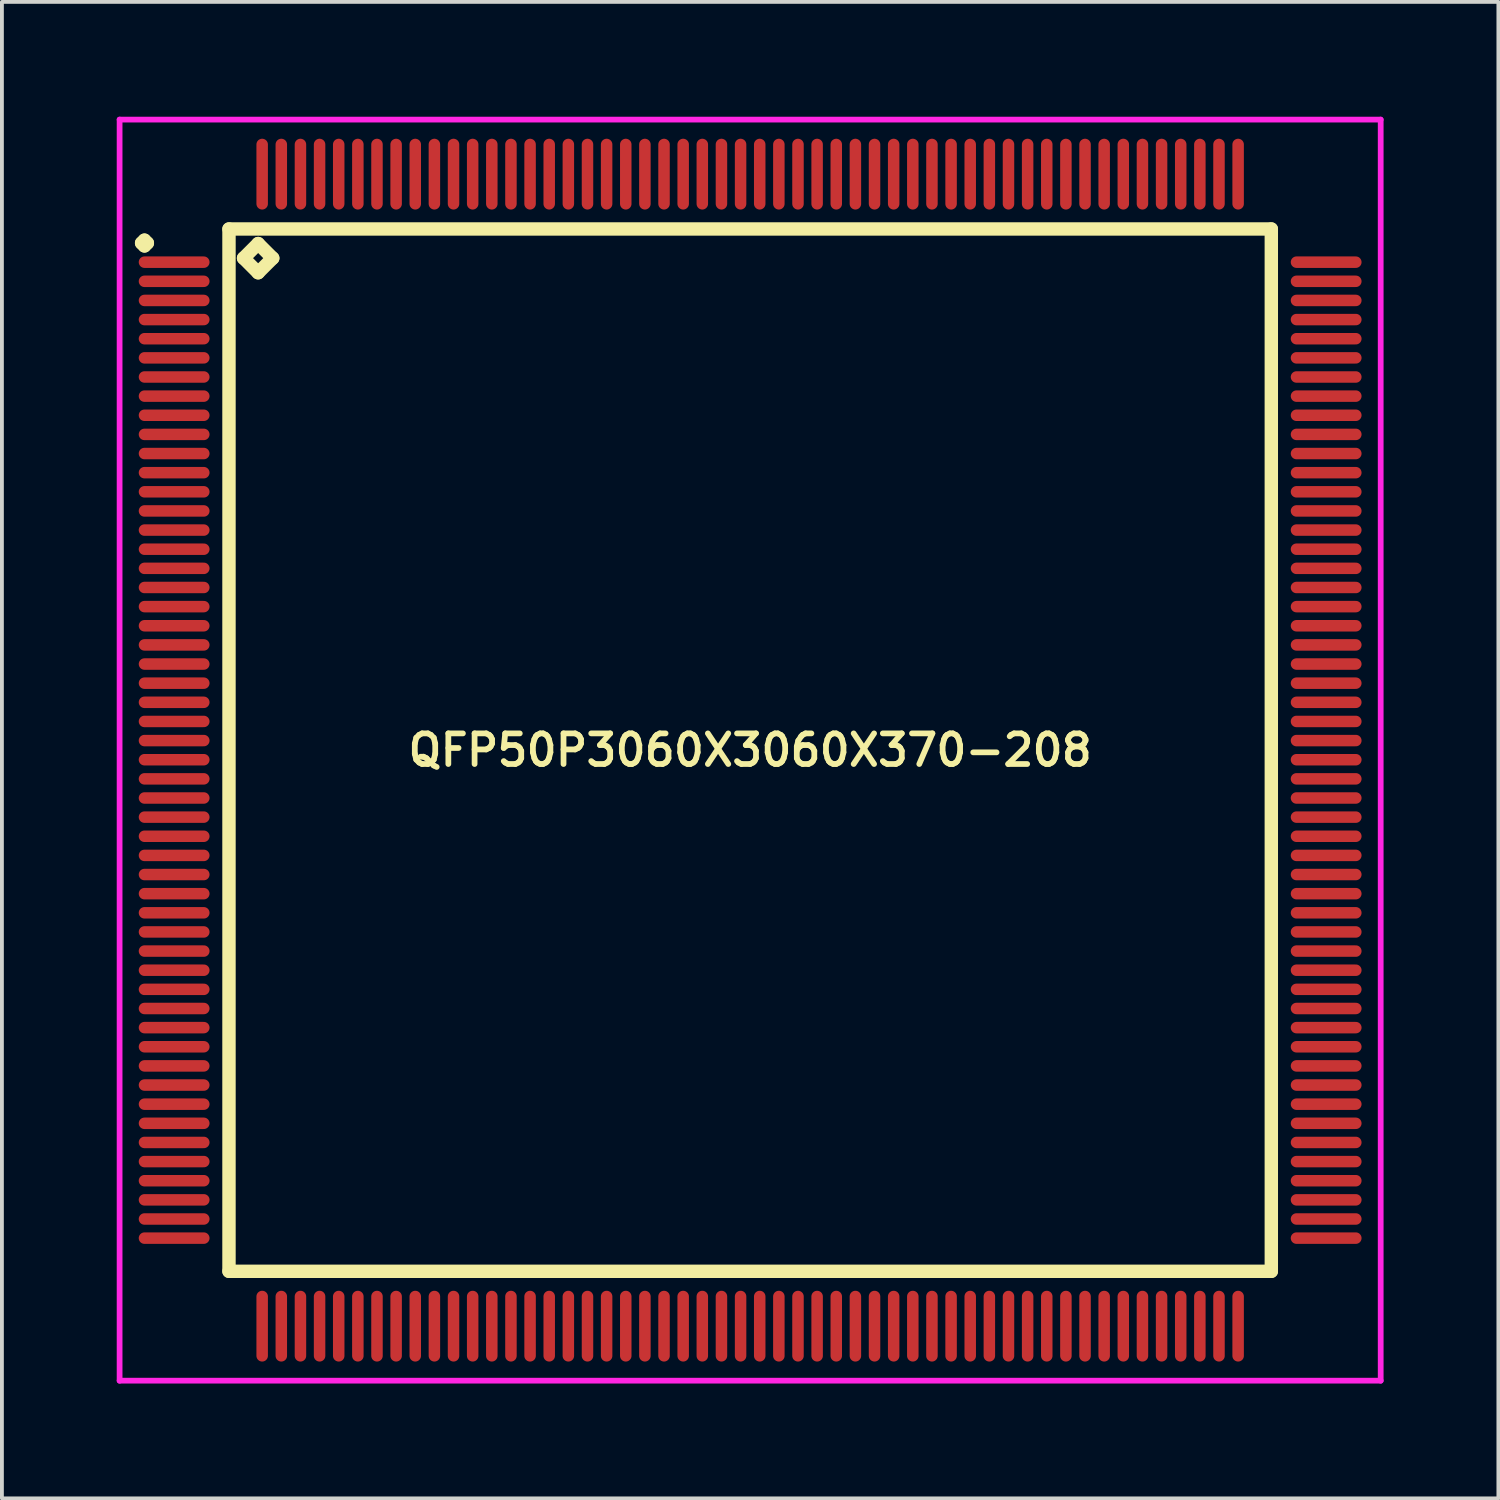
<source format=kicad_pcb>
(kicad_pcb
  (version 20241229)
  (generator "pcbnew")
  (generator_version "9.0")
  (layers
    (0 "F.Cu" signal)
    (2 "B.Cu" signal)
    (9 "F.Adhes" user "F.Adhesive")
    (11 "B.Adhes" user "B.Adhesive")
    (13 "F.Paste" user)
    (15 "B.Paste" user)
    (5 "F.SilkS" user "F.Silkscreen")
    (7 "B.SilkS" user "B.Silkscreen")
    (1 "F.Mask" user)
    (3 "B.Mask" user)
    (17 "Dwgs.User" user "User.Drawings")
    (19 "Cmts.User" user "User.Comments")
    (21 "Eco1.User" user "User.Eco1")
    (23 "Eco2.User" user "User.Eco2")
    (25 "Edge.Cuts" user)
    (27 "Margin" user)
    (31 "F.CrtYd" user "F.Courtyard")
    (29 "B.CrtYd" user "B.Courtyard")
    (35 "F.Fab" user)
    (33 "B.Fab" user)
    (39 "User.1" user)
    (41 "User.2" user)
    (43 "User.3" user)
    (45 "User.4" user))
  (footprint "QFP50P3060X3060X370-208"
    (layer "F.Cu")
    (at 16.55 16.55)
    (property "Reference" "QFP50P3060X3060X370-208" (at 0 0 0) (layer "F.SilkS") (effects (font (size 0.8 0.8) (thickness 0.15))))
    (attr smd)
    (fp_line (start -15.9 -13.25) (end -15.825 -13.325) (stroke (width 0.35) (type solid)) (layer "F.SilkS"))
    (fp_line (start -15.825 -13.325) (end -15.75 -13.25) (stroke (width 0.35) (type solid)) (layer "F.SilkS"))
    (fp_line (start -15.825 -13.175) (end -15.9 -13.25) (stroke (width 0.35) (type solid)) (layer "F.SilkS"))
    (fp_line (start -15.75 -13.25) (end -15.825 -13.175) (stroke (width 0.35) (type solid)) (layer "F.SilkS"))
    (fp_line (start -13.617 -13.617) (end -13.617 13.617) (stroke (width 0.35) (type solid)) (layer "F.SilkS"))
    (fp_line (start -13.617 13.617) (end 13.617 13.617) (stroke (width 0.35) (type solid)) (layer "F.SilkS"))
    (fp_line (start -13.236 -12.855) (end -12.855 -13.236) (stroke (width 0.35) (type solid)) (layer "F.SilkS"))
    (fp_line (start -12.855 -13.236) (end -12.474 -12.855) (stroke (width 0.35) (type solid)) (layer "F.SilkS"))
    (fp_line (start -12.855 -12.474) (end -13.236 -12.855) (stroke (width 0.35) (type solid)) (layer "F.SilkS"))
    (fp_line (start -12.474 -12.855) (end -12.855 -12.474) (stroke (width 0.35) (type solid)) (layer "F.SilkS"))
    (fp_line (start 13.617 -13.617) (end -13.617 -13.617) (stroke (width 0.35) (type solid)) (layer "F.SilkS"))
    (fp_line (start 13.617 13.617) (end 13.617 -13.617) (stroke (width 0.35) (type solid)) (layer "F.SilkS"))
    (fp_line (start -16.475 -16.475) (end 16.475 -16.475) (stroke (width 0.15) (type solid)) (layer "F.CrtYd"))
    (fp_line (start -16.475 16.475) (end -16.475 -16.475) (stroke (width 0.15) (type solid)) (layer "F.CrtYd"))
    (fp_line (start 16.475 -16.475) (end 16.475 16.475) (stroke (width 0.15) (type solid)) (layer "F.CrtYd"))
    (fp_line (start 16.475 16.475) (end -16.475 16.475) (stroke (width 0.15) (type solid)) (layer "F.CrtYd"))
    (pad "1" smd oval (at -15.05 -12.75) (size 1.85 0.3) (layers "F.Cu" "F.Mask" "F.Paste"))
    (pad "2" smd oval (at -15.05 -12.25) (size 1.85 0.3) (layers "F.Cu" "F.Mask" "F.Paste"))
    (pad "3" smd oval (at -15.05 -11.75) (size 1.85 0.3) (layers "F.Cu" "F.Mask" "F.Paste"))
    (pad "4" smd oval (at -15.05 -11.25) (size 1.85 0.3) (layers "F.Cu" "F.Mask" "F.Paste"))
    (pad "5" smd oval (at -15.05 -10.75) (size 1.85 0.3) (layers "F.Cu" "F.Mask" "F.Paste"))
    (pad "6" smd oval (at -15.05 -10.25) (size 1.85 0.3) (layers "F.Cu" "F.Mask" "F.Paste"))
    (pad "7" smd oval (at -15.05 -9.75) (size 1.85 0.3) (layers "F.Cu" "F.Mask" "F.Paste"))
    (pad "8" smd oval (at -15.05 -9.25) (size 1.85 0.3) (layers "F.Cu" "F.Mask" "F.Paste"))
    (pad "9" smd oval (at -15.05 -8.75) (size 1.85 0.3) (layers "F.Cu" "F.Mask" "F.Paste"))
    (pad "10" smd oval (at -15.05 -8.25) (size 1.85 0.3) (layers "F.Cu" "F.Mask" "F.Paste"))
    (pad "11" smd oval (at -15.05 -7.75) (size 1.85 0.3) (layers "F.Cu" "F.Mask" "F.Paste"))
    (pad "12" smd oval (at -15.05 -7.25) (size 1.85 0.3) (layers "F.Cu" "F.Mask" "F.Paste"))
    (pad "13" smd oval (at -15.05 -6.75) (size 1.85 0.3) (layers "F.Cu" "F.Mask" "F.Paste"))
    (pad "14" smd oval (at -15.05 -6.25) (size 1.85 0.3) (layers "F.Cu" "F.Mask" "F.Paste"))
    (pad "15" smd oval (at -15.05 -5.75) (size 1.85 0.3) (layers "F.Cu" "F.Mask" "F.Paste"))
    (pad "16" smd oval (at -15.05 -5.25) (size 1.85 0.3) (layers "F.Cu" "F.Mask" "F.Paste"))
    (pad "17" smd oval (at -15.05 -4.75) (size 1.85 0.3) (layers "F.Cu" "F.Mask" "F.Paste"))
    (pad "18" smd oval (at -15.05 -4.25) (size 1.85 0.3) (layers "F.Cu" "F.Mask" "F.Paste"))
    (pad "19" smd oval (at -15.05 -3.75) (size 1.85 0.3) (layers "F.Cu" "F.Mask" "F.Paste"))
    (pad "20" smd oval (at -15.05 -3.25) (size 1.85 0.3) (layers "F.Cu" "F.Mask" "F.Paste"))
    (pad "21" smd oval (at -15.05 -2.75) (size 1.85 0.3) (layers "F.Cu" "F.Mask" "F.Paste"))
    (pad "22" smd oval (at -15.05 -2.25) (size 1.85 0.3) (layers "F.Cu" "F.Mask" "F.Paste"))
    (pad "23" smd oval (at -15.05 -1.75) (size 1.85 0.3) (layers "F.Cu" "F.Mask" "F.Paste"))
    (pad "24" smd oval (at -15.05 -1.25) (size 1.85 0.3) (layers "F.Cu" "F.Mask" "F.Paste"))
    (pad "25" smd oval (at -15.05 -0.75) (size 1.85 0.3) (layers "F.Cu" "F.Mask" "F.Paste"))
    (pad "26" smd oval (at -15.05 -0.25) (size 1.85 0.3) (layers "F.Cu" "F.Mask" "F.Paste"))
    (pad "27" smd oval (at -15.05 0.25) (size 1.85 0.3) (layers "F.Cu" "F.Mask" "F.Paste"))
    (pad "28" smd oval (at -15.05 0.75) (size 1.85 0.3) (layers "F.Cu" "F.Mask" "F.Paste"))
    (pad "29" smd oval (at -15.05 1.25) (size 1.85 0.3) (layers "F.Cu" "F.Mask" "F.Paste"))
    (pad "30" smd oval (at -15.05 1.75) (size 1.85 0.3) (layers "F.Cu" "F.Mask" "F.Paste"))
    (pad "31" smd oval (at -15.05 2.25) (size 1.85 0.3) (layers "F.Cu" "F.Mask" "F.Paste"))
    (pad "32" smd oval (at -15.05 2.75) (size 1.85 0.3) (layers "F.Cu" "F.Mask" "F.Paste"))
    (pad "33" smd oval (at -15.05 3.25) (size 1.85 0.3) (layers "F.Cu" "F.Mask" "F.Paste"))
    (pad "34" smd oval (at -15.05 3.75) (size 1.85 0.3) (layers "F.Cu" "F.Mask" "F.Paste"))
    (pad "35" smd oval (at -15.05 4.25) (size 1.85 0.3) (layers "F.Cu" "F.Mask" "F.Paste"))
    (pad "36" smd oval (at -15.05 4.75) (size 1.85 0.3) (layers "F.Cu" "F.Mask" "F.Paste"))
    (pad "37" smd oval (at -15.05 5.25) (size 1.85 0.3) (layers "F.Cu" "F.Mask" "F.Paste"))
    (pad "38" smd oval (at -15.05 5.75) (size 1.85 0.3) (layers "F.Cu" "F.Mask" "F.Paste"))
    (pad "39" smd oval (at -15.05 6.25) (size 1.85 0.3) (layers "F.Cu" "F.Mask" "F.Paste"))
    (pad "40" smd oval (at -15.05 6.75) (size 1.85 0.3) (layers "F.Cu" "F.Mask" "F.Paste"))
    (pad "41" smd oval (at -15.05 7.25) (size 1.85 0.3) (layers "F.Cu" "F.Mask" "F.Paste"))
    (pad "42" smd oval (at -15.05 7.75) (size 1.85 0.3) (layers "F.Cu" "F.Mask" "F.Paste"))
    (pad "43" smd oval (at -15.05 8.25) (size 1.85 0.3) (layers "F.Cu" "F.Mask" "F.Paste"))
    (pad "44" smd oval (at -15.05 8.75) (size 1.85 0.3) (layers "F.Cu" "F.Mask" "F.Paste"))
    (pad "45" smd oval (at -15.05 9.25) (size 1.85 0.3) (layers "F.Cu" "F.Mask" "F.Paste"))
    (pad "46" smd oval (at -15.05 9.75) (size 1.85 0.3) (layers "F.Cu" "F.Mask" "F.Paste"))
    (pad "47" smd oval (at -15.05 10.25) (size 1.85 0.3) (layers "F.Cu" "F.Mask" "F.Paste"))
    (pad "48" smd oval (at -15.05 10.75) (size 1.85 0.3) (layers "F.Cu" "F.Mask" "F.Paste"))
    (pad "49" smd oval (at -15.05 11.25) (size 1.85 0.3) (layers "F.Cu" "F.Mask" "F.Paste"))
    (pad "50" smd oval (at -15.05 11.75) (size 1.85 0.3) (layers "F.Cu" "F.Mask" "F.Paste"))
    (pad "51" smd oval (at -15.05 12.25) (size 1.85 0.3) (layers "F.Cu" "F.Mask" "F.Paste"))
    (pad "52" smd oval (at -15.05 12.75) (size 1.85 0.3) (layers "F.Cu" "F.Mask" "F.Paste"))
    (pad "53" smd oval (at -12.75 15.05) (size 0.3 1.85) (layers "F.Cu" "F.Mask" "F.Paste"))
    (pad "54" smd oval (at -12.25 15.05) (size 0.3 1.85) (layers "F.Cu" "F.Mask" "F.Paste"))
    (pad "55" smd oval (at -11.75 15.05) (size 0.3 1.85) (layers "F.Cu" "F.Mask" "F.Paste"))
    (pad "56" smd oval (at -11.25 15.05) (size 0.3 1.85) (layers "F.Cu" "F.Mask" "F.Paste"))
    (pad "57" smd oval (at -10.75 15.05) (size 0.3 1.85) (layers "F.Cu" "F.Mask" "F.Paste"))
    (pad "58" smd oval (at -10.25 15.05) (size 0.3 1.85) (layers "F.Cu" "F.Mask" "F.Paste"))
    (pad "59" smd oval (at -9.75 15.05) (size 0.3 1.85) (layers "F.Cu" "F.Mask" "F.Paste"))
    (pad "60" smd oval (at -9.25 15.05) (size 0.3 1.85) (layers "F.Cu" "F.Mask" "F.Paste"))
    (pad "61" smd oval (at -8.75 15.05) (size 0.3 1.85) (layers "F.Cu" "F.Mask" "F.Paste"))
    (pad "62" smd oval (at -8.25 15.05) (size 0.3 1.85) (layers "F.Cu" "F.Mask" "F.Paste"))
    (pad "63" smd oval (at -7.75 15.05) (size 0.3 1.85) (layers "F.Cu" "F.Mask" "F.Paste"))
    (pad "64" smd oval (at -7.25 15.05) (size 0.3 1.85) (layers "F.Cu" "F.Mask" "F.Paste"))
    (pad "65" smd oval (at -6.75 15.05) (size 0.3 1.85) (layers "F.Cu" "F.Mask" "F.Paste"))
    (pad "66" smd oval (at -6.25 15.05) (size 0.3 1.85) (layers "F.Cu" "F.Mask" "F.Paste"))
    (pad "67" smd oval (at -5.75 15.05) (size 0.3 1.85) (layers "F.Cu" "F.Mask" "F.Paste"))
    (pad "68" smd oval (at -5.25 15.05) (size 0.3 1.85) (layers "F.Cu" "F.Mask" "F.Paste"))
    (pad "69" smd oval (at -4.75 15.05) (size 0.3 1.85) (layers "F.Cu" "F.Mask" "F.Paste"))
    (pad "70" smd oval (at -4.25 15.05) (size 0.3 1.85) (layers "F.Cu" "F.Mask" "F.Paste"))
    (pad "71" smd oval (at -3.75 15.05) (size 0.3 1.85) (layers "F.Cu" "F.Mask" "F.Paste"))
    (pad "72" smd oval (at -3.25 15.05) (size 0.3 1.85) (layers "F.Cu" "F.Mask" "F.Paste"))
    (pad "73" smd oval (at -2.75 15.05) (size 0.3 1.85) (layers "F.Cu" "F.Mask" "F.Paste"))
    (pad "74" smd oval (at -2.25 15.05) (size 0.3 1.85) (layers "F.Cu" "F.Mask" "F.Paste"))
    (pad "75" smd oval (at -1.75 15.05) (size 0.3 1.85) (layers "F.Cu" "F.Mask" "F.Paste"))
    (pad "76" smd oval (at -1.25 15.05) (size 0.3 1.85) (layers "F.Cu" "F.Mask" "F.Paste"))
    (pad "77" smd oval (at -0.75 15.05) (size 0.3 1.85) (layers "F.Cu" "F.Mask" "F.Paste"))
    (pad "78" smd oval (at -0.25 15.05) (size 0.3 1.85) (layers "F.Cu" "F.Mask" "F.Paste"))
    (pad "79" smd oval (at 0.25 15.05) (size 0.3 1.85) (layers "F.Cu" "F.Mask" "F.Paste"))
    (pad "80" smd oval (at 0.75 15.05) (size 0.3 1.85) (layers "F.Cu" "F.Mask" "F.Paste"))
    (pad "81" smd oval (at 1.25 15.05) (size 0.3 1.85) (layers "F.Cu" "F.Mask" "F.Paste"))
    (pad "82" smd oval (at 1.75 15.05) (size 0.3 1.85) (layers "F.Cu" "F.Mask" "F.Paste"))
    (pad "83" smd oval (at 2.25 15.05) (size 0.3 1.85) (layers "F.Cu" "F.Mask" "F.Paste"))
    (pad "84" smd oval (at 2.75 15.05) (size 0.3 1.85) (layers "F.Cu" "F.Mask" "F.Paste"))
    (pad "85" smd oval (at 3.25 15.05) (size 0.3 1.85) (layers "F.Cu" "F.Mask" "F.Paste"))
    (pad "86" smd oval (at 3.75 15.05) (size 0.3 1.85) (layers "F.Cu" "F.Mask" "F.Paste"))
    (pad "87" smd oval (at 4.25 15.05) (size 0.3 1.85) (layers "F.Cu" "F.Mask" "F.Paste"))
    (pad "88" smd oval (at 4.75 15.05) (size 0.3 1.85) (layers "F.Cu" "F.Mask" "F.Paste"))
    (pad "89" smd oval (at 5.25 15.05) (size 0.3 1.85) (layers "F.Cu" "F.Mask" "F.Paste"))
    (pad "90" smd oval (at 5.75 15.05) (size 0.3 1.85) (layers "F.Cu" "F.Mask" "F.Paste"))
    (pad "91" smd oval (at 6.25 15.05) (size 0.3 1.85) (layers "F.Cu" "F.Mask" "F.Paste"))
    (pad "92" smd oval (at 6.75 15.05) (size 0.3 1.85) (layers "F.Cu" "F.Mask" "F.Paste"))
    (pad "93" smd oval (at 7.25 15.05) (size 0.3 1.85) (layers "F.Cu" "F.Mask" "F.Paste"))
    (pad "94" smd oval (at 7.75 15.05) (size 0.3 1.85) (layers "F.Cu" "F.Mask" "F.Paste"))
    (pad "95" smd oval (at 8.25 15.05) (size 0.3 1.85) (layers "F.Cu" "F.Mask" "F.Paste"))
    (pad "96" smd oval (at 8.75 15.05) (size 0.3 1.85) (layers "F.Cu" "F.Mask" "F.Paste"))
    (pad "97" smd oval (at 9.25 15.05) (size 0.3 1.85) (layers "F.Cu" "F.Mask" "F.Paste"))
    (pad "98" smd oval (at 9.75 15.05) (size 0.3 1.85) (layers "F.Cu" "F.Mask" "F.Paste"))
    (pad "99" smd oval (at 10.25 15.05) (size 0.3 1.85) (layers "F.Cu" "F.Mask" "F.Paste"))
    (pad "100" smd oval (at 10.75 15.05) (size 0.3 1.85) (layers "F.Cu" "F.Mask" "F.Paste"))
    (pad "101" smd oval (at 11.25 15.05) (size 0.3 1.85) (layers "F.Cu" "F.Mask" "F.Paste"))
    (pad "102" smd oval (at 11.75 15.05) (size 0.3 1.85) (layers "F.Cu" "F.Mask" "F.Paste"))
    (pad "103" smd oval (at 12.25 15.05) (size 0.3 1.85) (layers "F.Cu" "F.Mask" "F.Paste"))
    (pad "104" smd oval (at 12.75 15.05) (size 0.3 1.85) (layers "F.Cu" "F.Mask" "F.Paste"))
    (pad "105" smd oval (at 15.05 12.75) (size 1.85 0.3) (layers "F.Cu" "F.Mask" "F.Paste"))
    (pad "106" smd oval (at 15.05 12.25) (size 1.85 0.3) (layers "F.Cu" "F.Mask" "F.Paste"))
    (pad "107" smd oval (at 15.05 11.75) (size 1.85 0.3) (layers "F.Cu" "F.Mask" "F.Paste"))
    (pad "108" smd oval (at 15.05 11.25) (size 1.85 0.3) (layers "F.Cu" "F.Mask" "F.Paste"))
    (pad "109" smd oval (at 15.05 10.75) (size 1.85 0.3) (layers "F.Cu" "F.Mask" "F.Paste"))
    (pad "110" smd oval (at 15.05 10.25) (size 1.85 0.3) (layers "F.Cu" "F.Mask" "F.Paste"))
    (pad "111" smd oval (at 15.05 9.75) (size 1.85 0.3) (layers "F.Cu" "F.Mask" "F.Paste"))
    (pad "112" smd oval (at 15.05 9.25) (size 1.85 0.3) (layers "F.Cu" "F.Mask" "F.Paste"))
    (pad "113" smd oval (at 15.05 8.75) (size 1.85 0.3) (layers "F.Cu" "F.Mask" "F.Paste"))
    (pad "114" smd oval (at 15.05 8.25) (size 1.85 0.3) (layers "F.Cu" "F.Mask" "F.Paste"))
    (pad "115" smd oval (at 15.05 7.75) (size 1.85 0.3) (layers "F.Cu" "F.Mask" "F.Paste"))
    (pad "116" smd oval (at 15.05 7.25) (size 1.85 0.3) (layers "F.Cu" "F.Mask" "F.Paste"))
    (pad "117" smd oval (at 15.05 6.75) (size 1.85 0.3) (layers "F.Cu" "F.Mask" "F.Paste"))
    (pad "118" smd oval (at 15.05 6.25) (size 1.85 0.3) (layers "F.Cu" "F.Mask" "F.Paste"))
    (pad "119" smd oval (at 15.05 5.75) (size 1.85 0.3) (layers "F.Cu" "F.Mask" "F.Paste"))
    (pad "120" smd oval (at 15.05 5.25) (size 1.85 0.3) (layers "F.Cu" "F.Mask" "F.Paste"))
    (pad "121" smd oval (at 15.05 4.75) (size 1.85 0.3) (layers "F.Cu" "F.Mask" "F.Paste"))
    (pad "122" smd oval (at 15.05 4.25) (size 1.85 0.3) (layers "F.Cu" "F.Mask" "F.Paste"))
    (pad "123" smd oval (at 15.05 3.75) (size 1.85 0.3) (layers "F.Cu" "F.Mask" "F.Paste"))
    (pad "124" smd oval (at 15.05 3.25) (size 1.85 0.3) (layers "F.Cu" "F.Mask" "F.Paste"))
    (pad "125" smd oval (at 15.05 2.75) (size 1.85 0.3) (layers "F.Cu" "F.Mask" "F.Paste"))
    (pad "126" smd oval (at 15.05 2.25) (size 1.85 0.3) (layers "F.Cu" "F.Mask" "F.Paste"))
    (pad "127" smd oval (at 15.05 1.75) (size 1.85 0.3) (layers "F.Cu" "F.Mask" "F.Paste"))
    (pad "128" smd oval (at 15.05 1.25) (size 1.85 0.3) (layers "F.Cu" "F.Mask" "F.Paste"))
    (pad "129" smd oval (at 15.05 0.75) (size 1.85 0.3) (layers "F.Cu" "F.Mask" "F.Paste"))
    (pad "130" smd oval (at 15.05 0.25) (size 1.85 0.3) (layers "F.Cu" "F.Mask" "F.Paste"))
    (pad "131" smd oval (at 15.05 -0.25) (size 1.85 0.3) (layers "F.Cu" "F.Mask" "F.Paste"))
    (pad "132" smd oval (at 15.05 -0.75) (size 1.85 0.3) (layers "F.Cu" "F.Mask" "F.Paste"))
    (pad "133" smd oval (at 15.05 -1.25) (size 1.85 0.3) (layers "F.Cu" "F.Mask" "F.Paste"))
    (pad "134" smd oval (at 15.05 -1.75) (size 1.85 0.3) (layers "F.Cu" "F.Mask" "F.Paste"))
    (pad "135" smd oval (at 15.05 -2.25) (size 1.85 0.3) (layers "F.Cu" "F.Mask" "F.Paste"))
    (pad "136" smd oval (at 15.05 -2.75) (size 1.85 0.3) (layers "F.Cu" "F.Mask" "F.Paste"))
    (pad "137" smd oval (at 15.05 -3.25) (size 1.85 0.3) (layers "F.Cu" "F.Mask" "F.Paste"))
    (pad "138" smd oval (at 15.05 -3.75) (size 1.85 0.3) (layers "F.Cu" "F.Mask" "F.Paste"))
    (pad "139" smd oval (at 15.05 -4.25) (size 1.85 0.3) (layers "F.Cu" "F.Mask" "F.Paste"))
    (pad "140" smd oval (at 15.05 -4.75) (size 1.85 0.3) (layers "F.Cu" "F.Mask" "F.Paste"))
    (pad "141" smd oval (at 15.05 -5.25) (size 1.85 0.3) (layers "F.Cu" "F.Mask" "F.Paste"))
    (pad "142" smd oval (at 15.05 -5.75) (size 1.85 0.3) (layers "F.Cu" "F.Mask" "F.Paste"))
    (pad "143" smd oval (at 15.05 -6.25) (size 1.85 0.3) (layers "F.Cu" "F.Mask" "F.Paste"))
    (pad "144" smd oval (at 15.05 -6.75) (size 1.85 0.3) (layers "F.Cu" "F.Mask" "F.Paste"))
    (pad "145" smd oval (at 15.05 -7.25) (size 1.85 0.3) (layers "F.Cu" "F.Mask" "F.Paste"))
    (pad "146" smd oval (at 15.05 -7.75) (size 1.85 0.3) (layers "F.Cu" "F.Mask" "F.Paste"))
    (pad "147" smd oval (at 15.05 -8.25) (size 1.85 0.3) (layers "F.Cu" "F.Mask" "F.Paste"))
    (pad "148" smd oval (at 15.05 -8.75) (size 1.85 0.3) (layers "F.Cu" "F.Mask" "F.Paste"))
    (pad "149" smd oval (at 15.05 -9.25) (size 1.85 0.3) (layers "F.Cu" "F.Mask" "F.Paste"))
    (pad "150" smd oval (at 15.05 -9.75) (size 1.85 0.3) (layers "F.Cu" "F.Mask" "F.Paste"))
    (pad "151" smd oval (at 15.05 -10.25) (size 1.85 0.3) (layers "F.Cu" "F.Mask" "F.Paste"))
    (pad "152" smd oval (at 15.05 -10.75) (size 1.85 0.3) (layers "F.Cu" "F.Mask" "F.Paste"))
    (pad "153" smd oval (at 15.05 -11.25) (size 1.85 0.3) (layers "F.Cu" "F.Mask" "F.Paste"))
    (pad "154" smd oval (at 15.05 -11.75) (size 1.85 0.3) (layers "F.Cu" "F.Mask" "F.Paste"))
    (pad "155" smd oval (at 15.05 -12.25) (size 1.85 0.3) (layers "F.Cu" "F.Mask" "F.Paste"))
    (pad "156" smd oval (at 15.05 -12.75) (size 1.85 0.3) (layers "F.Cu" "F.Mask" "F.Paste"))
    (pad "157" smd oval (at 12.75 -15.05) (size 0.3 1.85) (layers "F.Cu" "F.Mask" "F.Paste"))
    (pad "158" smd oval (at 12.25 -15.05) (size 0.3 1.85) (layers "F.Cu" "F.Mask" "F.Paste"))
    (pad "159" smd oval (at 11.75 -15.05) (size 0.3 1.85) (layers "F.Cu" "F.Mask" "F.Paste"))
    (pad "160" smd oval (at 11.25 -15.05) (size 0.3 1.85) (layers "F.Cu" "F.Mask" "F.Paste"))
    (pad "161" smd oval (at 10.75 -15.05) (size 0.3 1.85) (layers "F.Cu" "F.Mask" "F.Paste"))
    (pad "162" smd oval (at 10.25 -15.05) (size 0.3 1.85) (layers "F.Cu" "F.Mask" "F.Paste"))
    (pad "163" smd oval (at 9.75 -15.05) (size 0.3 1.85) (layers "F.Cu" "F.Mask" "F.Paste"))
    (pad "164" smd oval (at 9.25 -15.05) (size 0.3 1.85) (layers "F.Cu" "F.Mask" "F.Paste"))
    (pad "165" smd oval (at 8.75 -15.05) (size 0.3 1.85) (layers "F.Cu" "F.Mask" "F.Paste"))
    (pad "166" smd oval (at 8.25 -15.05) (size 0.3 1.85) (layers "F.Cu" "F.Mask" "F.Paste"))
    (pad "167" smd oval (at 7.75 -15.05) (size 0.3 1.85) (layers "F.Cu" "F.Mask" "F.Paste"))
    (pad "168" smd oval (at 7.25 -15.05) (size 0.3 1.85) (layers "F.Cu" "F.Mask" "F.Paste"))
    (pad "169" smd oval (at 6.75 -15.05) (size 0.3 1.85) (layers "F.Cu" "F.Mask" "F.Paste"))
    (pad "170" smd oval (at 6.25 -15.05) (size 0.3 1.85) (layers "F.Cu" "F.Mask" "F.Paste"))
    (pad "171" smd oval (at 5.75 -15.05) (size 0.3 1.85) (layers "F.Cu" "F.Mask" "F.Paste"))
    (pad "172" smd oval (at 5.25 -15.05) (size 0.3 1.85) (layers "F.Cu" "F.Mask" "F.Paste"))
    (pad "173" smd oval (at 4.75 -15.05) (size 0.3 1.85) (layers "F.Cu" "F.Mask" "F.Paste"))
    (pad "174" smd oval (at 4.25 -15.05) (size 0.3 1.85) (layers "F.Cu" "F.Mask" "F.Paste"))
    (pad "175" smd oval (at 3.75 -15.05) (size 0.3 1.85) (layers "F.Cu" "F.Mask" "F.Paste"))
    (pad "176" smd oval (at 3.25 -15.05) (size 0.3 1.85) (layers "F.Cu" "F.Mask" "F.Paste"))
    (pad "177" smd oval (at 2.75 -15.05) (size 0.3 1.85) (layers "F.Cu" "F.Mask" "F.Paste"))
    (pad "178" smd oval (at 2.25 -15.05) (size 0.3 1.85) (layers "F.Cu" "F.Mask" "F.Paste"))
    (pad "179" smd oval (at 1.75 -15.05) (size 0.3 1.85) (layers "F.Cu" "F.Mask" "F.Paste"))
    (pad "180" smd oval (at 1.25 -15.05) (size 0.3 1.85) (layers "F.Cu" "F.Mask" "F.Paste"))
    (pad "181" smd oval (at 0.75 -15.05) (size 0.3 1.85) (layers "F.Cu" "F.Mask" "F.Paste"))
    (pad "182" smd oval (at 0.25 -15.05) (size 0.3 1.85) (layers "F.Cu" "F.Mask" "F.Paste"))
    (pad "183" smd oval (at -0.25 -15.05) (size 0.3 1.85) (layers "F.Cu" "F.Mask" "F.Paste"))
    (pad "184" smd oval (at -0.75 -15.05) (size 0.3 1.85) (layers "F.Cu" "F.Mask" "F.Paste"))
    (pad "185" smd oval (at -1.25 -15.05) (size 0.3 1.85) (layers "F.Cu" "F.Mask" "F.Paste"))
    (pad "186" smd oval (at -1.75 -15.05) (size 0.3 1.85) (layers "F.Cu" "F.Mask" "F.Paste"))
    (pad "187" smd oval (at -2.25 -15.05) (size 0.3 1.85) (layers "F.Cu" "F.Mask" "F.Paste"))
    (pad "188" smd oval (at -2.75 -15.05) (size 0.3 1.85) (layers "F.Cu" "F.Mask" "F.Paste"))
    (pad "189" smd oval (at -3.25 -15.05) (size 0.3 1.85) (layers "F.Cu" "F.Mask" "F.Paste"))
    (pad "190" smd oval (at -3.75 -15.05) (size 0.3 1.85) (layers "F.Cu" "F.Mask" "F.Paste"))
    (pad "191" smd oval (at -4.25 -15.05) (size 0.3 1.85) (layers "F.Cu" "F.Mask" "F.Paste"))
    (pad "192" smd oval (at -4.75 -15.05) (size 0.3 1.85) (layers "F.Cu" "F.Mask" "F.Paste"))
    (pad "193" smd oval (at -5.25 -15.05) (size 0.3 1.85) (layers "F.Cu" "F.Mask" "F.Paste"))
    (pad "194" smd oval (at -5.75 -15.05) (size 0.3 1.85) (layers "F.Cu" "F.Mask" "F.Paste"))
    (pad "195" smd oval (at -6.25 -15.05) (size 0.3 1.85) (layers "F.Cu" "F.Mask" "F.Paste"))
    (pad "196" smd oval (at -6.75 -15.05) (size 0.3 1.85) (layers "F.Cu" "F.Mask" "F.Paste"))
    (pad "197" smd oval (at -7.25 -15.05) (size 0.3 1.85) (layers "F.Cu" "F.Mask" "F.Paste"))
    (pad "198" smd oval (at -7.75 -15.05) (size 0.3 1.85) (layers "F.Cu" "F.Mask" "F.Paste"))
    (pad "199" smd oval (at -8.25 -15.05) (size 0.3 1.85) (layers "F.Cu" "F.Mask" "F.Paste"))
    (pad "200" smd oval (at -8.75 -15.05) (size 0.3 1.85) (layers "F.Cu" "F.Mask" "F.Paste"))
    (pad "201" smd oval (at -9.25 -15.05) (size 0.3 1.85) (layers "F.Cu" "F.Mask" "F.Paste"))
    (pad "202" smd oval (at -9.75 -15.05) (size 0.3 1.85) (layers "F.Cu" "F.Mask" "F.Paste"))
    (pad "203" smd oval (at -10.25 -15.05) (size 0.3 1.85) (layers "F.Cu" "F.Mask" "F.Paste"))
    (pad "204" smd oval (at -10.75 -15.05) (size 0.3 1.85) (layers "F.Cu" "F.Mask" "F.Paste"))
    (pad "205" smd oval (at -11.25 -15.05) (size 0.3 1.85) (layers "F.Cu" "F.Mask" "F.Paste"))
    (pad "206" smd oval (at -11.75 -15.05) (size 0.3 1.85) (layers "F.Cu" "F.Mask" "F.Paste"))
    (pad "207" smd oval (at -12.25 -15.05) (size 0.3 1.85) (layers "F.Cu" "F.Mask" "F.Paste"))
    (pad "208" smd oval (at -12.75 -15.05) (size 0.3 1.85) (layers "F.Cu" "F.Mask" "F.Paste")))
  (gr_rect
    (start -3 -3)
    (end 36.1 36.1)
    (stroke (width 0.1) (type default))
    (fill no)
    (layer "Edge.Cuts")))
</source>
